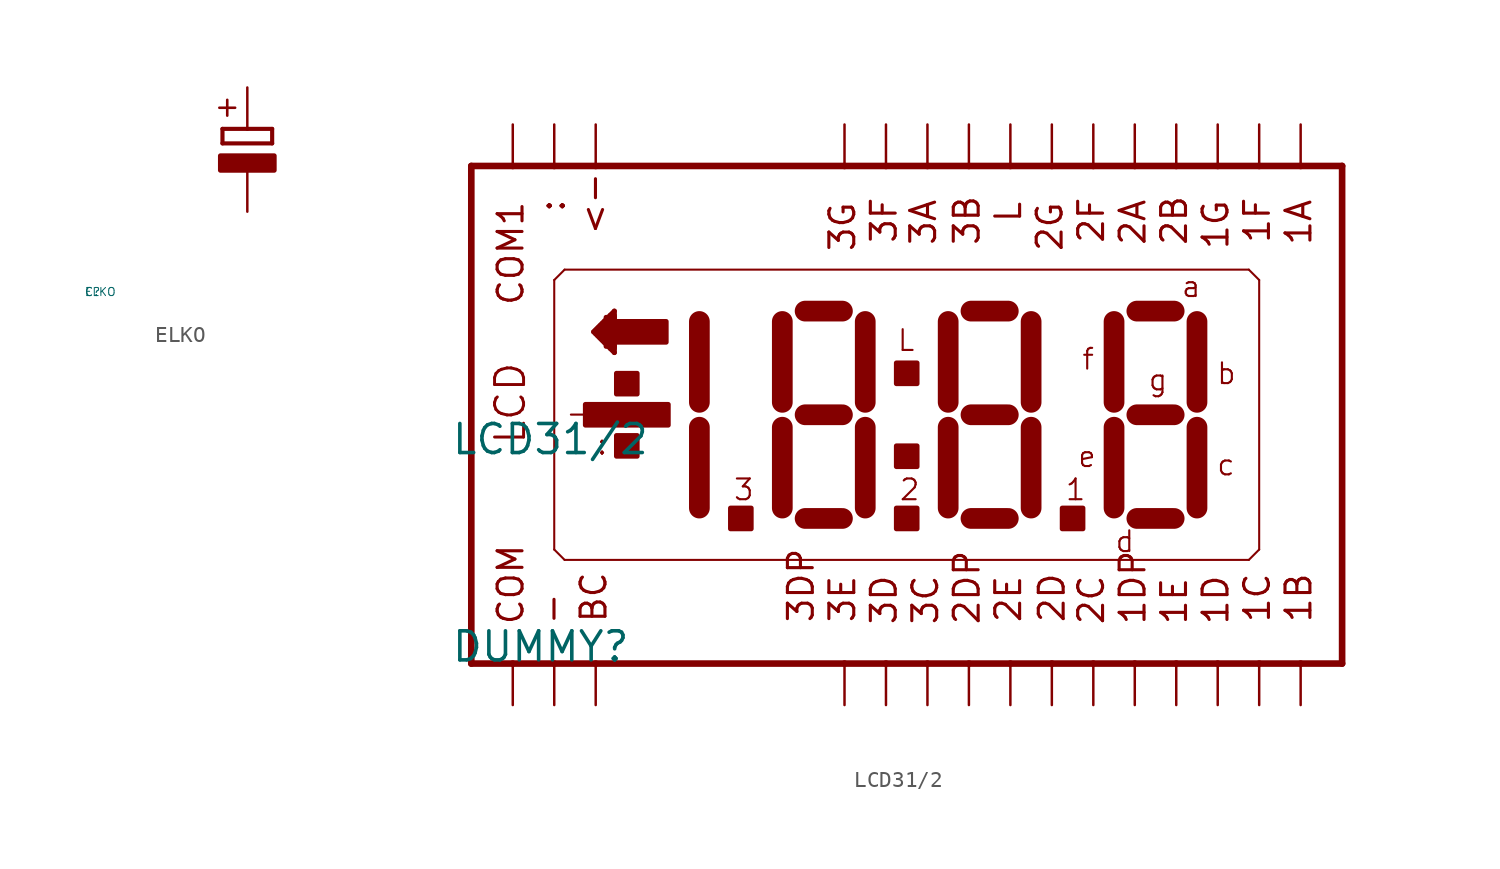
<source format=kicad_sym>
(kicad_symbol_lib
  (version 20220914)
  (generator Eagle2Kicad)
  (symbol "ELKO"
    (property "Reference" "C"
      (at -10 -10 0)
      (effects (font (size 0.5 0.5) (thickness 0.06)) (justify left)))
    (property "Value" "ELKO"
      (at -10 -10 0)
      (effects (font (size 0.5 0.5) (thickness 0.06)) (justify left)))
    (polyline
      (pts (xy -1.524 -0.889) (xy 1.524 -0.889))
      (stroke (width 0.254) (type default))
      (fill (type none)))
    (polyline
      (pts (xy 1.524 -0.889) (xy 1.524 0))
      (stroke (width 0.254) (type default))
      (fill (type none)))
    (polyline
      (pts (xy -1.524 0) (xy -1.524 -0.889))
      (stroke (width 0.254) (type default))
      (fill (type none)))
    (polyline
      (pts (xy -1.524 0) (xy 0 0))
      (stroke (width 0.254) (type default))
      (fill (type none)))
    (polyline
      (pts (xy 0 0) (xy 1.524 0))
      (stroke (width 0.254) (type default))
      (fill (type none)))
    (polyline
      (pts (xy 0 0) (xy 0 2.54))
      (stroke (width 0.152) (type default))
      (fill (type none)))
    (polyline
      (pts (xy 0 -2.54) (xy 0 -5.08))
      (stroke (width 0.152) (type default))
      (fill (type none)))
    (text "+"
      (at -0.584 0.406 900)
      (effects (font (size 1.27 1.27) (thickness 0.16)) (justify left bottom)))
    (rectangle
      (start -1.651 -2.54)
      (end 1.651 -1.651)
      (stroke (width 0.3) (type default))
      (fill (type outline))))
  (symbol "LCD31/2"
    (property "Reference" "DUMMY"
      (at -26.67 -15.24 0)
      (effects (font (size 1.778 1.778) (thickness 0.22)) (justify left bottom)))
    (property "Value" "LCD31/2"
      (at -26.67 -2.54 0)
      (effects (font (size 1.778 1.778) (thickness 0.22)) (justify left bottom)))
    (polyline
      (pts (xy -25.4 -15.24) (xy -22.86 -15.24))
      (stroke (width 0.406) (type default))
      (fill (type none)))
    (polyline
      (pts (xy -22.86 -15.24) (xy -20.32 -15.24))
      (stroke (width 0.406) (type default))
      (fill (type none)))
    (polyline
      (pts (xy -20.32 -15.24) (xy -17.78 -15.24))
      (stroke (width 0.406) (type default))
      (fill (type none)))
    (polyline
      (pts (xy -17.78 -15.24) (xy -2.54 -15.24))
      (stroke (width 0.406) (type default))
      (fill (type none)))
    (polyline
      (pts (xy -2.54 -15.24) (xy 0 -15.24))
      (stroke (width 0.406) (type default))
      (fill (type none)))
    (polyline
      (pts (xy 0 -15.24) (xy 2.54 -15.24))
      (stroke (width 0.406) (type default))
      (fill (type none)))
    (polyline
      (pts (xy 2.54 -15.24) (xy 5.08 -15.24))
      (stroke (width 0.406) (type default))
      (fill (type none)))
    (polyline
      (pts (xy 5.08 -15.24) (xy 7.62 -15.24))
      (stroke (width 0.406) (type default))
      (fill (type none)))
    (polyline
      (pts (xy 7.62 -15.24) (xy 10.16 -15.24))
      (stroke (width 0.406) (type default))
      (fill (type none)))
    (polyline
      (pts (xy 10.16 -15.24) (xy 12.7 -15.24))
      (stroke (width 0.406) (type default))
      (fill (type none)))
    (polyline
      (pts (xy 12.7 -15.24) (xy 15.24 -15.24))
      (stroke (width 0.406) (type default))
      (fill (type none)))
    (polyline
      (pts (xy 15.24 -15.24) (xy 17.78 -15.24))
      (stroke (width 0.406) (type default))
      (fill (type none)))
    (polyline
      (pts (xy 17.78 -15.24) (xy 20.32 -15.24))
      (stroke (width 0.406) (type default))
      (fill (type none)))
    (polyline
      (pts (xy 20.32 -15.24) (xy 22.86 -15.24))
      (stroke (width 0.406) (type default))
      (fill (type none)))
    (polyline
      (pts (xy 22.86 -15.24) (xy 25.4 -15.24))
      (stroke (width 0.406) (type default))
      (fill (type none)))
    (polyline
      (pts (xy 25.4 -15.24) (xy 27.94 -15.24))
      (stroke (width 0.406) (type default))
      (fill (type none)))
    (polyline
      (pts (xy 27.94 15.24) (xy 25.4 15.24))
      (stroke (width 0.406) (type default))
      (fill (type none)))
    (polyline
      (pts (xy 25.4 15.24) (xy 22.86 15.24))
      (stroke (width 0.406) (type default))
      (fill (type none)))
    (polyline
      (pts (xy 22.86 15.24) (xy 20.32 15.24))
      (stroke (width 0.406) (type default))
      (fill (type none)))
    (polyline
      (pts (xy 20.32 15.24) (xy 17.78 15.24))
      (stroke (width 0.406) (type default))
      (fill (type none)))
    (polyline
      (pts (xy 17.78 15.24) (xy 15.24 15.24))
      (stroke (width 0.406) (type default))
      (fill (type none)))
    (polyline
      (pts (xy 15.24 15.24) (xy 12.7 15.24))
      (stroke (width 0.406) (type default))
      (fill (type none)))
    (polyline
      (pts (xy 12.7 15.24) (xy 10.16 15.24))
      (stroke (width 0.406) (type default))
      (fill (type none)))
    (polyline
      (pts (xy 10.16 15.24) (xy 7.62 15.24))
      (stroke (width 0.406) (type default))
      (fill (type none)))
    (polyline
      (pts (xy 7.62 15.24) (xy 5.08 15.24))
      (stroke (width 0.406) (type default))
      (fill (type none)))
    (polyline
      (pts (xy 5.08 15.24) (xy 2.54 15.24))
      (stroke (width 0.406) (type default))
      (fill (type none)))
    (polyline
      (pts (xy 2.54 15.24) (xy 0 15.24))
      (stroke (width 0.406) (type default))
      (fill (type none)))
    (polyline
      (pts (xy 0 15.24) (xy -2.54 15.24))
      (stroke (width 0.406) (type default))
      (fill (type none)))
    (polyline
      (pts (xy -2.54 15.24) (xy -17.78 15.24))
      (stroke (width 0.406) (type default))
      (fill (type none)))
    (polyline
      (pts (xy -17.78 15.24) (xy -20.32 15.24))
      (stroke (width 0.406) (type default))
      (fill (type none)))
    (polyline
      (pts (xy -20.32 15.24) (xy -22.86 15.24))
      (stroke (width 0.406) (type default))
      (fill (type none)))
    (polyline
      (pts (xy -22.86 15.24) (xy -25.4 15.24))
      (stroke (width 0.406) (type default))
      (fill (type none)))
    (polyline
      (pts (xy -25.4 15.24) (xy -25.4 -15.24))
      (stroke (width 0.406) (type default))
      (fill (type none)))
    (polyline
      (pts (xy 27.94 -15.24) (xy 27.94 15.24))
      (stroke (width 0.406) (type default))
      (fill (type none)))
    (polyline
      (pts (xy -19.685 8.89) (xy -20.32 8.255))
      (stroke (width 0.127) (type default))
      (fill (type none)))
    (polyline
      (pts (xy -20.32 8.255) (xy -20.32 -8.255))
      (stroke (width 0.127) (type default))
      (fill (type none)))
    (polyline
      (pts (xy -20.32 -8.255) (xy -19.685 -8.89))
      (stroke (width 0.127) (type default))
      (fill (type none)))
    (polyline
      (pts (xy -19.685 -8.89) (xy 22.225 -8.89))
      (stroke (width 0.127) (type default))
      (fill (type none)))
    (polyline
      (pts (xy 22.225 -8.89) (xy 22.86 -8.255))
      (stroke (width 0.127) (type default))
      (fill (type none)))
    (polyline
      (pts (xy 22.86 -8.255) (xy 22.86 8.255))
      (stroke (width 0.127) (type default))
      (fill (type none)))
    (polyline
      (pts (xy 22.86 8.255) (xy 22.225 8.89))
      (stroke (width 0.127) (type default))
      (fill (type none)))
    (polyline
      (pts (xy 22.225 8.89) (xy -19.685 8.89))
      (stroke (width 0.127) (type default))
      (fill (type none)))
    (polyline
      (pts (xy -11.43 -5.715) (xy -11.43 -0.762))
      (stroke (width 1.27) (type default))
      (fill (type none)))
    (polyline
      (pts (xy -11.43 0.762) (xy -11.43 5.715))
      (stroke (width 1.27) (type default))
      (fill (type none)))
    (polyline
      (pts (xy 13.97 5.715) (xy 13.97 0.762))
      (stroke (width 1.27) (type default))
      (fill (type none)))
    (polyline
      (pts (xy 13.97 -0.762) (xy 13.97 -5.715))
      (stroke (width 1.27) (type default))
      (fill (type none)))
    (polyline
      (pts (xy 15.367 -6.35) (xy 17.653 -6.35))
      (stroke (width 1.27) (type default))
      (fill (type none)))
    (polyline
      (pts (xy 19.05 -5.715) (xy 19.05 -0.762))
      (stroke (width 1.27) (type default))
      (fill (type none)))
    (polyline
      (pts (xy 19.05 0.762) (xy 19.05 5.715))
      (stroke (width 1.27) (type default))
      (fill (type none)))
    (polyline
      (pts (xy 15.367 6.35) (xy 17.653 6.35))
      (stroke (width 1.27) (type default))
      (fill (type none)))
    (polyline
      (pts (xy 15.367 0) (xy 17.653 0))
      (stroke (width 1.27) (type default))
      (fill (type none)))
    (polyline
      (pts (xy -6.35 5.715) (xy -6.35 0.762))
      (stroke (width 1.27) (type default))
      (fill (type none)))
    (polyline
      (pts (xy -6.35 -0.762) (xy -6.35 -5.715))
      (stroke (width 1.27) (type default))
      (fill (type none)))
    (polyline
      (pts (xy -4.953 -6.35) (xy -2.667 -6.35))
      (stroke (width 1.27) (type default))
      (fill (type none)))
    (polyline
      (pts (xy -1.27 -5.715) (xy -1.27 -0.762))
      (stroke (width 1.27) (type default))
      (fill (type none)))
    (polyline
      (pts (xy -1.27 0.762) (xy -1.27 5.715))
      (stroke (width 1.27) (type default))
      (fill (type none)))
    (polyline
      (pts (xy -4.953 6.35) (xy -2.667 6.35))
      (stroke (width 1.27) (type default))
      (fill (type none)))
    (polyline
      (pts (xy -4.953 0) (xy -2.667 0))
      (stroke (width 1.27) (type default))
      (fill (type none)))
    (polyline
      (pts (xy 3.81 5.715) (xy 3.81 0.762))
      (stroke (width 1.27) (type default))
      (fill (type none)))
    (polyline
      (pts (xy 3.81 -0.762) (xy 3.81 -5.715))
      (stroke (width 1.27) (type default))
      (fill (type none)))
    (polyline
      (pts (xy 5.207 -6.35) (xy 7.493 -6.35))
      (stroke (width 1.27) (type default))
      (fill (type none)))
    (polyline
      (pts (xy 8.89 -5.715) (xy 8.89 -0.762))
      (stroke (width 1.27) (type default))
      (fill (type none)))
    (polyline
      (pts (xy 8.89 0.762) (xy 8.89 5.715))
      (stroke (width 1.27) (type default))
      (fill (type none)))
    (polyline
      (pts (xy 5.207 6.35) (xy 7.493 6.35))
      (stroke (width 1.27) (type default))
      (fill (type none)))
    (polyline
      (pts (xy 5.207 0) (xy 7.493 0))
      (stroke (width 1.27) (type default))
      (fill (type none)))
    (polyline
      (pts (xy -17.907 5.08) (xy -16.637 6.35))
      (stroke (width 0.305) (type default))
      (fill (type none)))
    (polyline
      (pts (xy -16.637 6.35) (xy -16.637 3.81))
      (stroke (width 0.305) (type default))
      (fill (type none)))
    (polyline
      (pts (xy -16.637 3.81) (xy -17.907 5.08))
      (stroke (width 0.305) (type default))
      (fill (type none)))
    (polyline
      (pts (xy -22.86 17.78) (xy -22.86 15.24))
      (stroke (width 0.152) (type default))
      (fill (type none)))
    (polyline
      (pts (xy -20.32 17.78) (xy -20.32 15.24))
      (stroke (width 0.152) (type default))
      (fill (type none)))
    (polyline
      (pts (xy -17.78 17.78) (xy -17.78 15.24))
      (stroke (width 0.152) (type default))
      (fill (type none)))
    (polyline
      (pts (xy -2.54 17.78) (xy -2.54 15.24))
      (stroke (width 0.152) (type default))
      (fill (type none)))
    (polyline
      (pts (xy 0 17.78) (xy 0 15.24))
      (stroke (width 0.152) (type default))
      (fill (type none)))
    (polyline
      (pts (xy 2.54 17.78) (xy 2.54 15.24))
      (stroke (width 0.152) (type default))
      (fill (type none)))
    (polyline
      (pts (xy 5.08 17.78) (xy 5.08 15.24))
      (stroke (width 0.152) (type default))
      (fill (type none)))
    (polyline
      (pts (xy 7.62 17.78) (xy 7.62 15.24))
      (stroke (width 0.152) (type default))
      (fill (type none)))
    (polyline
      (pts (xy 10.16 17.78) (xy 10.16 15.24))
      (stroke (width 0.152) (type default))
      (fill (type none)))
    (polyline
      (pts (xy 12.7 17.78) (xy 12.7 15.24))
      (stroke (width 0.152) (type default))
      (fill (type none)))
    (polyline
      (pts (xy 15.24 17.78) (xy 15.24 15.24))
      (stroke (width 0.152) (type default))
      (fill (type none)))
    (polyline
      (pts (xy 17.78 17.78) (xy 17.78 15.24))
      (stroke (width 0.152) (type default))
      (fill (type none)))
    (polyline
      (pts (xy 20.32 17.78) (xy 20.32 15.24))
      (stroke (width 0.152) (type default))
      (fill (type none)))
    (polyline
      (pts (xy 22.86 17.78) (xy 22.86 15.24))
      (stroke (width 0.152) (type default))
      (fill (type none)))
    (polyline
      (pts (xy 25.4 17.78) (xy 25.4 15.24))
      (stroke (width 0.152) (type default))
      (fill (type none)))
    (polyline
      (pts (xy -22.86 -15.24) (xy -22.86 -17.78))
      (stroke (width 0.152) (type default))
      (fill (type none)))
    (polyline
      (pts (xy -20.32 -15.24) (xy -20.32 -17.78))
      (stroke (width 0.152) (type default))
      (fill (type none)))
    (polyline
      (pts (xy -17.78 -15.24) (xy -17.78 -17.78))
      (stroke (width 0.152) (type default))
      (fill (type none)))
    (polyline
      (pts (xy -2.54 -15.24) (xy -2.54 -17.78))
      (stroke (width 0.152) (type default))
      (fill (type none)))
    (polyline
      (pts (xy 0 -15.24) (xy 0 -17.78))
      (stroke (width 0.152) (type default))
      (fill (type none)))
    (polyline
      (pts (xy 2.54 -15.24) (xy 2.54 -17.78))
      (stroke (width 0.152) (type default))
      (fill (type none)))
    (polyline
      (pts (xy 5.08 -15.24) (xy 5.08 -17.78))
      (stroke (width 0.152) (type default))
      (fill (type none)))
    (polyline
      (pts (xy 7.62 -15.24) (xy 7.62 -17.78))
      (stroke (width 0.152) (type default))
      (fill (type none)))
    (polyline
      (pts (xy 10.16 -15.24) (xy 10.16 -17.78))
      (stroke (width 0.152) (type default))
      (fill (type none)))
    (polyline
      (pts (xy 12.7 -15.24) (xy 12.7 -17.78))
      (stroke (width 0.152) (type default))
      (fill (type none)))
    (polyline
      (pts (xy 15.24 -15.24) (xy 15.24 -17.78))
      (stroke (width 0.152) (type default))
      (fill (type none)))
    (polyline
      (pts (xy 17.78 -15.24) (xy 17.78 -17.78))
      (stroke (width 0.152) (type default))
      (fill (type none)))
    (polyline
      (pts (xy 20.32 -15.24) (xy 20.32 -17.78))
      (stroke (width 0.152) (type default))
      (fill (type none)))
    (polyline
      (pts (xy 22.86 -15.24) (xy 22.86 -17.78))
      (stroke (width 0.152) (type default))
      (fill (type none)))
    (polyline
      (pts (xy 25.4 -15.24) (xy 25.4 -17.78))
      (stroke (width 0.152) (type default))
      (fill (type none)))
    (text "LCD"
      (at -21.971 -1.905 900)
      (effects (font (size 1.778 1.778) (thickness 0.18)) (justify left bottom)))
    (text "L"
      (at 0.635 3.81 0)
      (effects (font (size 1.27 1.27) (thickness 0.13)) (justify left bottom)))
    (text "a"
      (at 18.034 7.112 0)
      (effects (font (size 1.27 1.27) (thickness 0.13)) (justify left bottom)))
    (text "b"
      (at 20.193 1.778 0)
      (effects (font (size 1.27 1.27) (thickness 0.13)) (justify left bottom)))
    (text "c"
      (at 20.193 -3.81 0)
      (effects (font (size 1.27 1.27) (thickness 0.13)) (justify left bottom)))
    (text "d"
      (at 13.97 -8.509 0)
      (effects (font (size 1.27 1.27) (thickness 0.13)) (justify left bottom)))
    (text "e"
      (at 11.684 -3.302 0)
      (effects (font (size 1.27 1.27) (thickness 0.13)) (justify left bottom)))
    (text "f"
      (at 11.938 2.667 0)
      (effects (font (size 1.27 1.27) (thickness 0.13)) (justify left bottom)))
    (text "g"
      (at 16.002 1.397 0)
      (effects (font (size 1.27 1.27) (thickness 0.13)) (justify left bottom)))
    (text ":"
      (at -17.78 -2.54 0)
      (effects (font (size 1.27 1.27) (thickness 0.13)) (justify left bottom)))
    (text "-"
      (at -19.685 -0.635 0)
      (effects (font (size 1.27 1.27) (thickness 0.13)) (justify left bottom)))
    (text "1"
      (at 10.922 -5.334 0)
      (effects (font (size 1.27 1.27) (thickness 0.13)) (justify left bottom)))
    (text "2"
      (at 0.762 -5.334 0)
      (effects (font (size 1.27 1.27) (thickness 0.13)) (justify left bottom)))
    (text "3"
      (at -9.398 -5.334 0)
      (effects (font (size 1.27 1.27) (thickness 0.13)) (justify left bottom)))
    (text ":"
      (at -19.558 12.319 900)
      (effects (font (size 1.524 1.524) (thickness 0.19)) (justify left bottom)))
    (text "<-"
      (at -17.018 10.922 900)
      (effects (font (size 1.524 1.524) (thickness 0.19)) (justify left bottom)))
    (text "3G"
      (at -1.778 9.906 900)
      (effects (font (size 1.524 1.524) (thickness 0.19)) (justify left bottom)))
    (text "3F"
      (at 0.762 10.414 900)
      (effects (font (size 1.524 1.524) (thickness 0.19)) (justify left bottom)))
    (text "3A"
      (at 3.175 10.287 900)
      (effects (font (size 1.524 1.524) (thickness 0.19)) (justify left bottom)))
    (text "3B"
      (at 5.842 10.287 900)
      (effects (font (size 1.524 1.524) (thickness 0.19)) (justify left bottom)))
    (text "L"
      (at 8.382 11.684 900)
      (effects (font (size 1.524 1.524) (thickness 0.19)) (justify left bottom)))
    (text "2G"
      (at 10.922 9.906 900)
      (effects (font (size 1.524 1.524) (thickness 0.19)) (justify left bottom)))
    (text "2F"
      (at 13.462 10.414 900)
      (effects (font (size 1.524 1.524) (thickness 0.19)) (justify left bottom)))
    (text "2A"
      (at 16.002 10.287 900)
      (effects (font (size 1.524 1.524) (thickness 0.19)) (justify left bottom)))
    (text "2B"
      (at 18.542 10.287 900)
      (effects (font (size 1.524 1.524) (thickness 0.19)) (justify left bottom)))
    (text "1G"
      (at 21.082 10.033 900)
      (effects (font (size 1.524 1.524) (thickness 0.19)) (justify left bottom)))
    (text "1F"
      (at 23.622 10.414 900)
      (effects (font (size 1.524 1.524) (thickness 0.19)) (justify left bottom)))
    (text "1A"
      (at 26.162 10.287 900)
      (effects (font (size 1.524 1.524) (thickness 0.19)) (justify left bottom)))
    (text "COM"
      (at -22.098 -12.954 900)
      (effects (font (size 1.524 1.524) (thickness 0.19)) (justify left bottom)))
    (text "-"
      (at -19.558 -12.954 900)
      (effects (font (size 1.524 1.524) (thickness 0.19)) (justify left bottom)))
    (text "BC"
      (at -17.018 -12.827 900)
      (effects (font (size 1.524 1.524) (thickness 0.19)) (justify left bottom)))
    (text "3DP"
      (at -4.318 -12.827 900)
      (effects (font (size 1.524 1.524) (thickness 0.19)) (justify left bottom)))
    (text "3E"
      (at -1.778 -12.827 900)
      (effects (font (size 1.524 1.524) (thickness 0.19)) (justify left bottom)))
    (text "3D"
      (at 0.762 -12.954 900)
      (effects (font (size 1.524 1.524) (thickness 0.19)) (justify left bottom)))
    (text "3C"
      (at 3.302 -12.954 900)
      (effects (font (size 1.524 1.524) (thickness 0.19)) (justify left bottom)))
    (text "2DP"
      (at 5.842 -12.954 900)
      (effects (font (size 1.524 1.524) (thickness 0.19)) (justify left bottom)))
    (text "2E"
      (at 8.382 -12.827 900)
      (effects (font (size 1.524 1.524) (thickness 0.19)) (justify left bottom)))
    (text "2D"
      (at 11.049 -12.827 900)
      (effects (font (size 1.524 1.524) (thickness 0.19)) (justify left bottom)))
    (text "2C"
      (at 13.462 -12.954 900)
      (effects (font (size 1.524 1.524) (thickness 0.19)) (justify left bottom)))
    (text "1DP"
      (at 16.002 -12.954 900)
      (effects (font (size 1.524 1.524) (thickness 0.19)) (justify left bottom)))
    (text "1E"
      (at 18.542 -12.954 900)
      (effects (font (size 1.524 1.524) (thickness 0.19)) (justify left bottom)))
    (text "1D"
      (at 21.082 -12.954 900)
      (effects (font (size 1.524 1.524) (thickness 0.19)) (justify left bottom)))
    (text "1C"
      (at 23.622 -12.827 900)
      (effects (font (size 1.524 1.524) (thickness 0.19)) (justify left bottom)))
    (text "1B"
      (at 26.162 -12.827 900)
      (effects (font (size 1.524 1.524) (thickness 0.19)) (justify left bottom)))
    (text "COM1"
      (at -22.098 6.604 900)
      (effects (font (size 1.524 1.524) (thickness 0.19)) (justify left bottom)))
    (rectangle
      (start -18.415 -0.635)
      (end -13.335 0.635)
      (stroke (width 0.3) (type default))
      (fill (type outline)))
    (rectangle
      (start -16.51 1.27)
      (end -15.24 2.54)
      (stroke (width 0.3) (type default))
      (fill (type outline)))
    (rectangle
      (start -16.51 -2.54)
      (end -15.24 -1.27)
      (stroke (width 0.3) (type default))
      (fill (type outline)))
    (rectangle
      (start -9.525 -6.985)
      (end -8.255 -5.715)
      (stroke (width 0.3) (type default))
      (fill (type outline)))
    (rectangle
      (start 0.635 -6.985)
      (end 1.905 -5.715)
      (stroke (width 0.3) (type default))
      (fill (type outline)))
    (rectangle
      (start 0.635 -3.175)
      (end 1.905 -1.905)
      (stroke (width 0.3) (type default))
      (fill (type outline)))
    (rectangle
      (start 0.635 1.905)
      (end 1.905 3.175)
      (stroke (width 0.3) (type default))
      (fill (type outline)))
    (rectangle
      (start 10.795 -6.985)
      (end 12.065 -5.715)
      (stroke (width 0.3) (type default))
      (fill (type outline)))
    (rectangle
      (start -17.78 4.953)
      (end -17.272 5.207)
      (stroke (width 0.3) (type default))
      (fill (type outline)))
    (rectangle
      (start -17.653 5.207)
      (end -17.272 5.334)
      (stroke (width 0.3) (type default))
      (fill (type outline)))
    (rectangle
      (start -17.526 5.334)
      (end -17.272 5.461)
      (stroke (width 0.3) (type default))
      (fill (type outline)))
    (rectangle
      (start -17.399 5.461)
      (end -17.272 5.588)
      (stroke (width 0.3) (type default))
      (fill (type outline)))
    (rectangle
      (start -17.653 4.826)
      (end -17.272 4.953)
      (stroke (width 0.3) (type default))
      (fill (type outline)))
    (rectangle
      (start -17.526 4.699)
      (end -17.272 4.826)
      (stroke (width 0.3) (type default))
      (fill (type outline)))
    (rectangle
      (start -17.399 4.572)
      (end -17.272 4.699)
      (stroke (width 0.3) (type default))
      (fill (type outline)))
    (rectangle
      (start -17.145 5.715)
      (end -16.637 5.969)
      (stroke (width 0.3) (type default))
      (fill (type outline)))
    (rectangle
      (start -16.891 5.969)
      (end -16.637 6.096)
      (stroke (width 0.3) (type default))
      (fill (type outline)))
    (rectangle
      (start -17.145 4.191)
      (end -16.637 4.445)
      (stroke (width 0.3) (type default))
      (fill (type outline)))
    (rectangle
      (start -16.891 4.064)
      (end -16.637 4.191)
      (stroke (width 0.3) (type default))
      (fill (type outline)))
    (rectangle
      (start -17.272 4.445)
      (end -13.462 5.715)
      (stroke (width 0.3) (type default))
      (fill (type outline)))))
</source>
